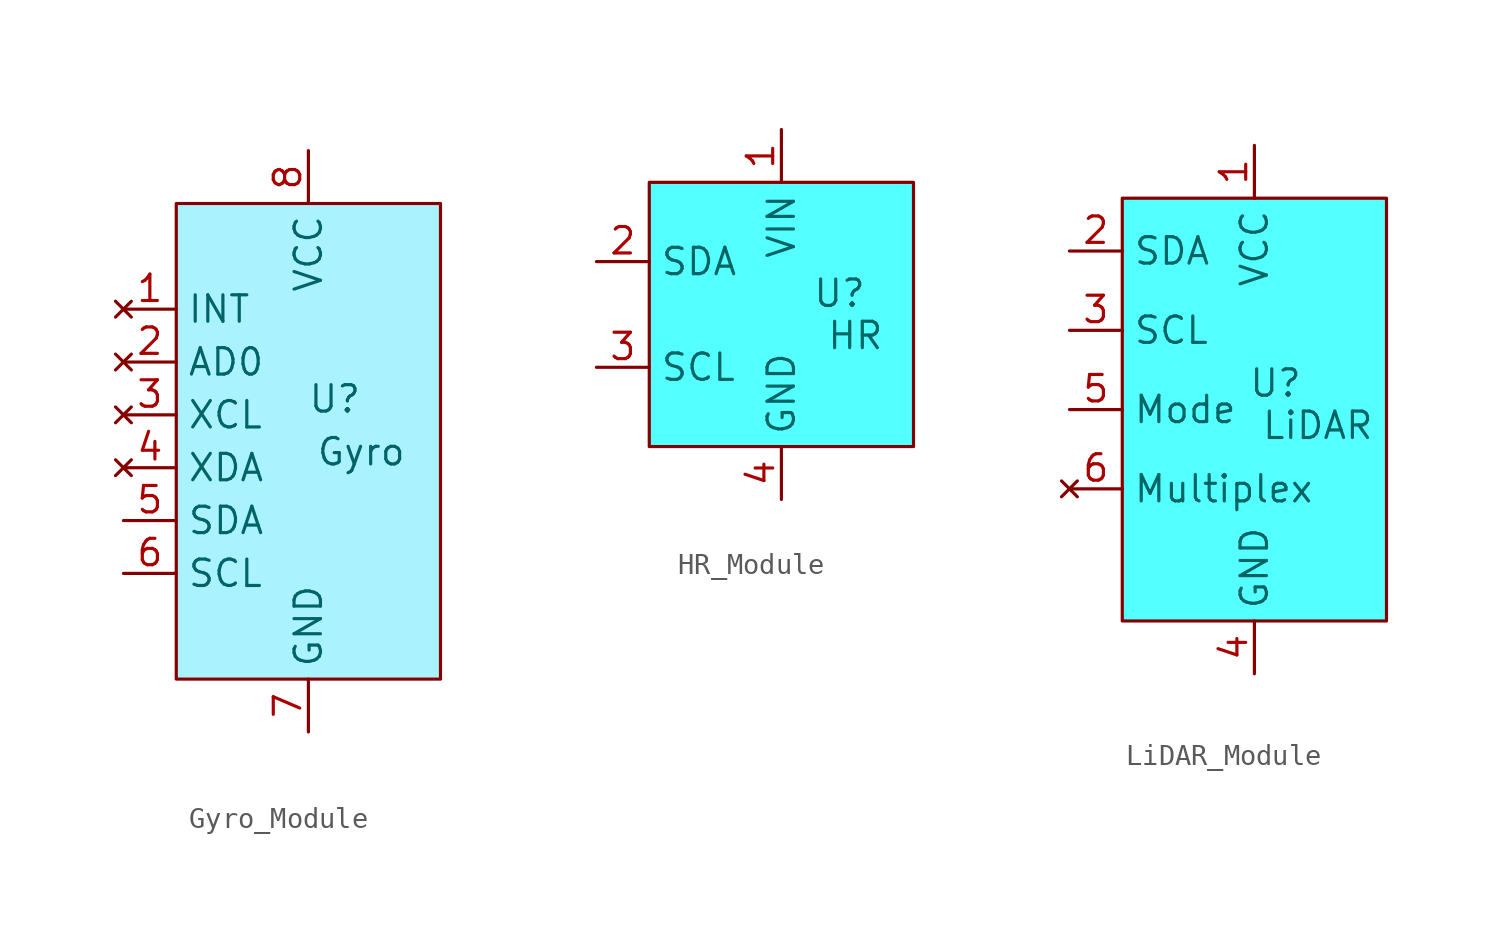
<source format=kicad_sym>
(kicad_symbol_lib
  (version 20241209)
  (generator "kicad_symbol_editor")
  (generator_version "9.0")
  (symbol "Gyro_Module"
    (property "Reference" "U"
      (at 1.27 2.032 0)
      (effects (font (size 1.27 1.27))))
    (property "Value" "Gyro"
      (at 2.54 -0.508 0)
      (effects (font (size 1.27 1.27))))
    (symbol "Gyro_Module_1_1"
      (rectangle (start -6.35 11.43) (end 6.35 -11.43) (stroke (width 0) (type solid)) (fill (type color) (color 130 236 255 0.67)))
      (pin no_connect line (at -8.89 6.35 0) (length 2.54) (name "INT" (effects (font (size 1.27 1.27)))) (number "1" (effects (font (size 1.27 1.27)))))
      (pin no_connect line (at -8.89 3.81 0) (length 2.54) (name "AD0" (effects (font (size 1.27 1.27)))) (number "2" (effects (font (size 1.27 1.27)))))
      (pin no_connect line (at -8.89 1.27 0) (length 2.54) (name "XCL" (effects (font (size 1.27 1.27)))) (number "3" (effects (font (size 1.27 1.27)))))
      (pin no_connect line (at -8.89 -1.27 0) (length 2.54) (name "XDA" (effects (font (size 1.27 1.27)))) (number "4" (effects (font (size 1.27 1.27)))))
      (pin bidirectional line (at -8.89 -3.81 0) (length 2.54) (name "SDA" (effects (font (size 1.27 1.27)))) (number "5" (effects (font (size 1.27 1.27)))))
      (pin input line (at -8.89 -6.35 0) (length 2.54) (name "SCL" (effects (font (size 1.27 1.27)))) (number "6" (effects (font (size 1.27 1.27)))))
      (pin power_in line (at 0 13.97 270) (length 2.54) (name "VCC" (effects (font (size 1.27 1.27)))) (number "8" (effects (font (size 1.27 1.27)))))
      (pin power_in line (at 0 -13.97 90) (length 2.54) (name "GND" (effects (font (size 1.27 1.27)))) (number "7" (effects (font (size 1.27 1.27)))))))
  (symbol "HR_Module"
    (property "Reference" "U"
      (at 2.794 1.016 0)
      (effects (font (size 1.27 1.27))))
    (property "Value" "HR"
      (at 3.556 -1.016 0)
      (effects (font (size 1.27 1.27))))
    (symbol "HR_Module_1_1"
      (rectangle (start -6.35 6.35) (end 6.35 -6.35) (stroke (width 0) (type solid)) (fill (type color) (color 0 255 255 0.67)))
      (pin bidirectional line (at -8.89 2.54 0) (length 2.54) (name "SDA" (effects (font (size 1.27 1.27)))) (number "2" (effects (font (size 1.27 1.27)))))
      (pin input line (at -8.89 -2.54 0) (length 2.54) (name "SCL" (effects (font (size 1.27 1.27)))) (number "3" (effects (font (size 1.27 1.27)))))
      (pin power_in line (at 0 8.89 270) (length 2.54) (name "VIN" (effects (font (size 1.27 1.27)))) (number "1" (effects (font (size 1.27 1.27)))))
      (pin power_in line (at 0 -8.89 90) (length 2.54) (name "GND" (effects (font (size 1.27 1.27)))) (number "4" (effects (font (size 1.27 1.27)))))))
  (symbol "LiDAR_Module"
    (property "Reference" "U"
      (at 1.016 0 0)
      (effects (font (size 1.27 1.27))))
    (property "Value" "LiDAR"
      (at 3.048 -2.032 0)
      (effects (font (size 1.27 1.27))))
    (symbol "LiDAR_Module_1_1"
      (rectangle (start -6.35 8.89) (end 6.35 -11.43) (stroke (width 0) (type solid)) (fill (type color) (color 0 255 255 0.67)))
      (pin bidirectional line (at -8.89 6.35 0) (length 2.54) (name "SDA" (effects (font (size 1.27 1.27)))) (number "2" (effects (font (size 1.27 1.27)))))
      (pin input line (at -8.89 2.54 0) (length 2.54) (name "SCL" (effects (font (size 1.27 1.27)))) (number "3" (effects (font (size 1.27 1.27)))))
      (pin input line (at -8.89 -1.27 0) (length 2.54) (name "Mode" (effects (font (size 1.27 1.27)))) (number "5" (effects (font (size 1.27 1.27)))))
      (pin no_connect line (at -8.89 -5.08 0) (length 2.54) (name "Multiplex" (effects (font (size 1.27 1.27)))) (number "6" (effects (font (size 1.27 1.27)))))
      (pin power_in line (at 0 11.43 270) (length 2.54) (name "VCC" (effects (font (size 1.27 1.27)))) (number "1" (effects (font (size 1.27 1.27)))))
      (pin power_in line (at 0 -13.97 90) (length 2.54) (name "GND" (effects (font (size 1.27 1.27)))) (number "4" (effects (font (size 1.27 1.27))))))))
</source>
